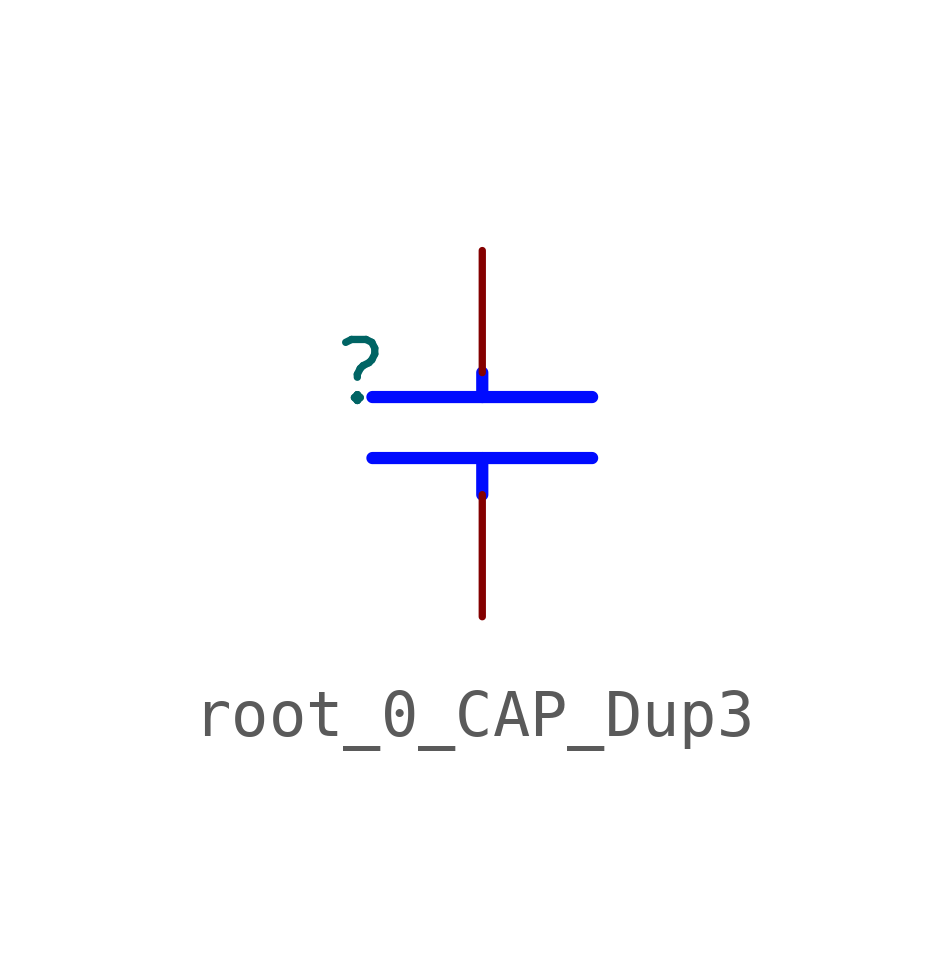
<source format=kicad_sym>
(kicad_symbol_lib
  (version 20231120)
  (generator "kicad_symbol_editor")
  (generator_version "8.0")
  (symbol "root_0_CAP_Dup3"
    (property "Reference" ""
      (at 0 0 0)
      (effects (font (size 1.27 1.27))))
    (property "Value" ""
      (at 0 0 0)
      (effects (font (size 1.27 1.27))))
    (symbol "root_0_CAP_Dup3_1_0"
      (polyline (pts (xy 0.254 -1.778) (xy 4.826 -1.778)) (stroke (width 0.254) (type solid) (color 0 11 255 1)) (fill (type none)))
      (polyline (pts (xy 0.254 -0.508) (xy 4.826 -0.508)) (stroke (width 0.254) (type solid) (color 0 11 255 1)) (fill (type none)))
      (polyline (pts (xy 2.54 -2.54) (xy 2.54 -1.778)) (stroke (width 0.254) (type solid) (color 0 11 255 1)) (fill (type none)))
      (polyline (pts (xy 2.54 0) (xy 2.54 -0.508)) (stroke (width 0.254) (type solid) (color 0 11 255 1)) (fill (type none)))
      (pin passive line (at 2.54 2.54 270) (length 2.54) (name "1" (effects (font (size 0 0)))) (number "1" (effects (font (size 0 0)))))
      (pin passive line (at 2.54 -5.08 90) (length 2.54) (name "2" (effects (font (size 0 0)))) (number "2" (effects (font (size 0 0))))))))
</source>
